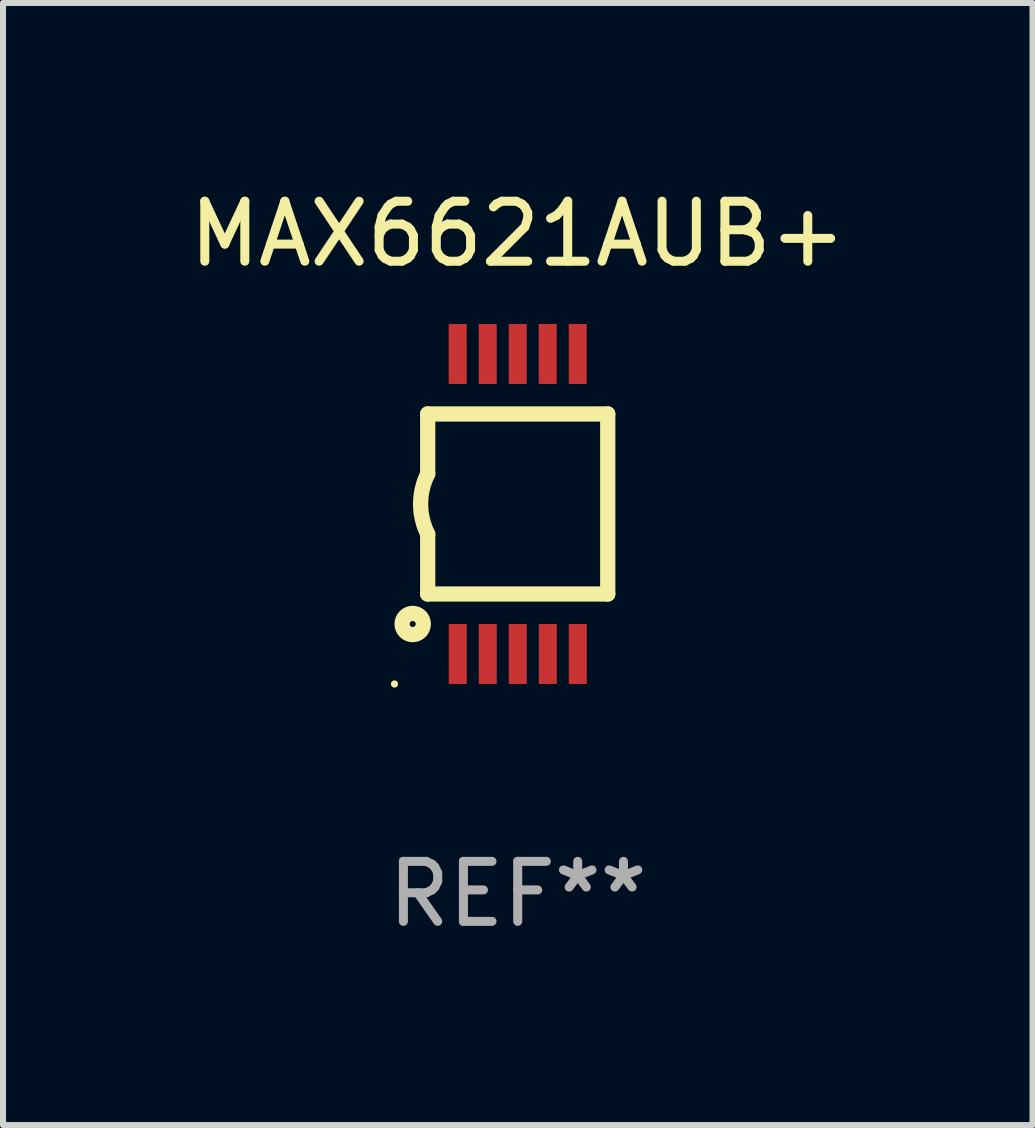
<source format=kicad_pcb>
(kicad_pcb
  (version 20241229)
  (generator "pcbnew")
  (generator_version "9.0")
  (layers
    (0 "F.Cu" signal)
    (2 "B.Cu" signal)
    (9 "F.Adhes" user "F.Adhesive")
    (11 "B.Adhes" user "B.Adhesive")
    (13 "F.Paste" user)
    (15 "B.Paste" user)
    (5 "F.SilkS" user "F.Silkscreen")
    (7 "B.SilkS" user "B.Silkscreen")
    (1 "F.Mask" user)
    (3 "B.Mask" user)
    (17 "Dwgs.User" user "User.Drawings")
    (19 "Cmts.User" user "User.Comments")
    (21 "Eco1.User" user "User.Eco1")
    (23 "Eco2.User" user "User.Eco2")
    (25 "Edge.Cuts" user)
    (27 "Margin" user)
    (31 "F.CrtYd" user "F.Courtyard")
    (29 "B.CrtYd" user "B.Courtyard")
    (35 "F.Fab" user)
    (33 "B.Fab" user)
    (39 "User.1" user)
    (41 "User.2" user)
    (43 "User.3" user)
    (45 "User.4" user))
  (footprint "MAX6621AUB+"
    (layer "F.Cu")
    (at 5.577 5.348)
    (property "Reference" "MAX6621AUB+" (at 0 -4.5 0) (layer "F.SilkS") (effects (font (size 1 1) (thickness 0.15))))
    (attr through_hole)
    (fp_line (start -1.5 -1.5) (end -1.5 -0.5) (stroke (width 0.254) (type solid)) (layer "F.SilkS"))
    (fp_line (start -1.5 1.5) (end -1.5 0.5) (stroke (width 0.254) (type solid)) (layer "F.SilkS"))
    (fp_line (start -1.5 1.5) (end 1.5 1.5) (stroke (width 0.254) (type solid)) (layer "F.SilkS"))
    (fp_line (start 1.5 1.5) (end 1.5 -1.5) (stroke (width 0.254) (type solid)) (layer "F.SilkS"))
    (fp_line (start 1.5 -1.5) (end -1.5 -1.5) (stroke (width 0.254) (type solid)) (layer "F.SilkS"))
    (fp_arc (start -1.500165 0.499873) (mid -1.618199 -0.000127) (end -1.500165 -0.500127) (stroke (width 0.254001) (type solid)) (layer "F.SilkS"))
    (fp_circle (center -2.054 3) (end -2.024 3) (stroke (width 0.06) (type solid)) (fill no) (layer "F.SilkS"))
    (fp_circle (center -1.75 2) (end -1.573 2) (stroke (width 0.254) (type solid)) (fill no) (layer "F.SilkS"))
    (fp_text user "REF**" (at 0 6.5 0) (layer "F.Fab") (effects (font (size 1 1) (thickness 0.15))))
    (pad "1" smd rect (at -0.999 2.5 180) (size 0.3 1) (layers "F.Cu" "F.Mask" "F.Paste"))
    (pad "2" smd rect (at -0.499 2.5 180) (size 0.3 1) (layers "F.Cu" "F.Mask" "F.Paste"))
    (pad "3" smd rect (at 0.001 2.5 180) (size 0.3 1) (layers "F.Cu" "F.Mask" "F.Paste"))
    (pad "4" smd rect (at 0.501 2.5 180) (size 0.3 1) (layers "F.Cu" "F.Mask" "F.Paste"))
    (pad "5" smd rect (at 1.001 2.5 180) (size 0.3 1) (layers "F.Cu" "F.Mask" "F.Paste"))
    (pad "6" smd rect (at 1 -2.5 180) (size 0.3 1) (layers "F.Cu" "F.Mask" "F.Paste"))
    (pad "7" smd rect (at 0.5 -2.5 180) (size 0.3 1) (layers "F.Cu" "F.Mask" "F.Paste"))
    (pad "8" smd rect (at -0.000165 -2.5 180) (size 0.3 1) (layers "F.Cu" "F.Mask" "F.Paste"))
    (pad "9" smd rect (at -0.5 -2.5 180) (size 0.3 1) (layers "F.Cu" "F.Mask" "F.Paste"))
    (pad "10" smd rect (at -1 -2.5 180) (size 0.3 1) (layers "F.Cu" "F.Mask" "F.Paste")))
  (gr_rect
    (start -3 -3)
    (end 14.155 15.697)
    (stroke (width 0.1) (type default))
    (fill no)
    (layer "Edge.Cuts")))
</source>
